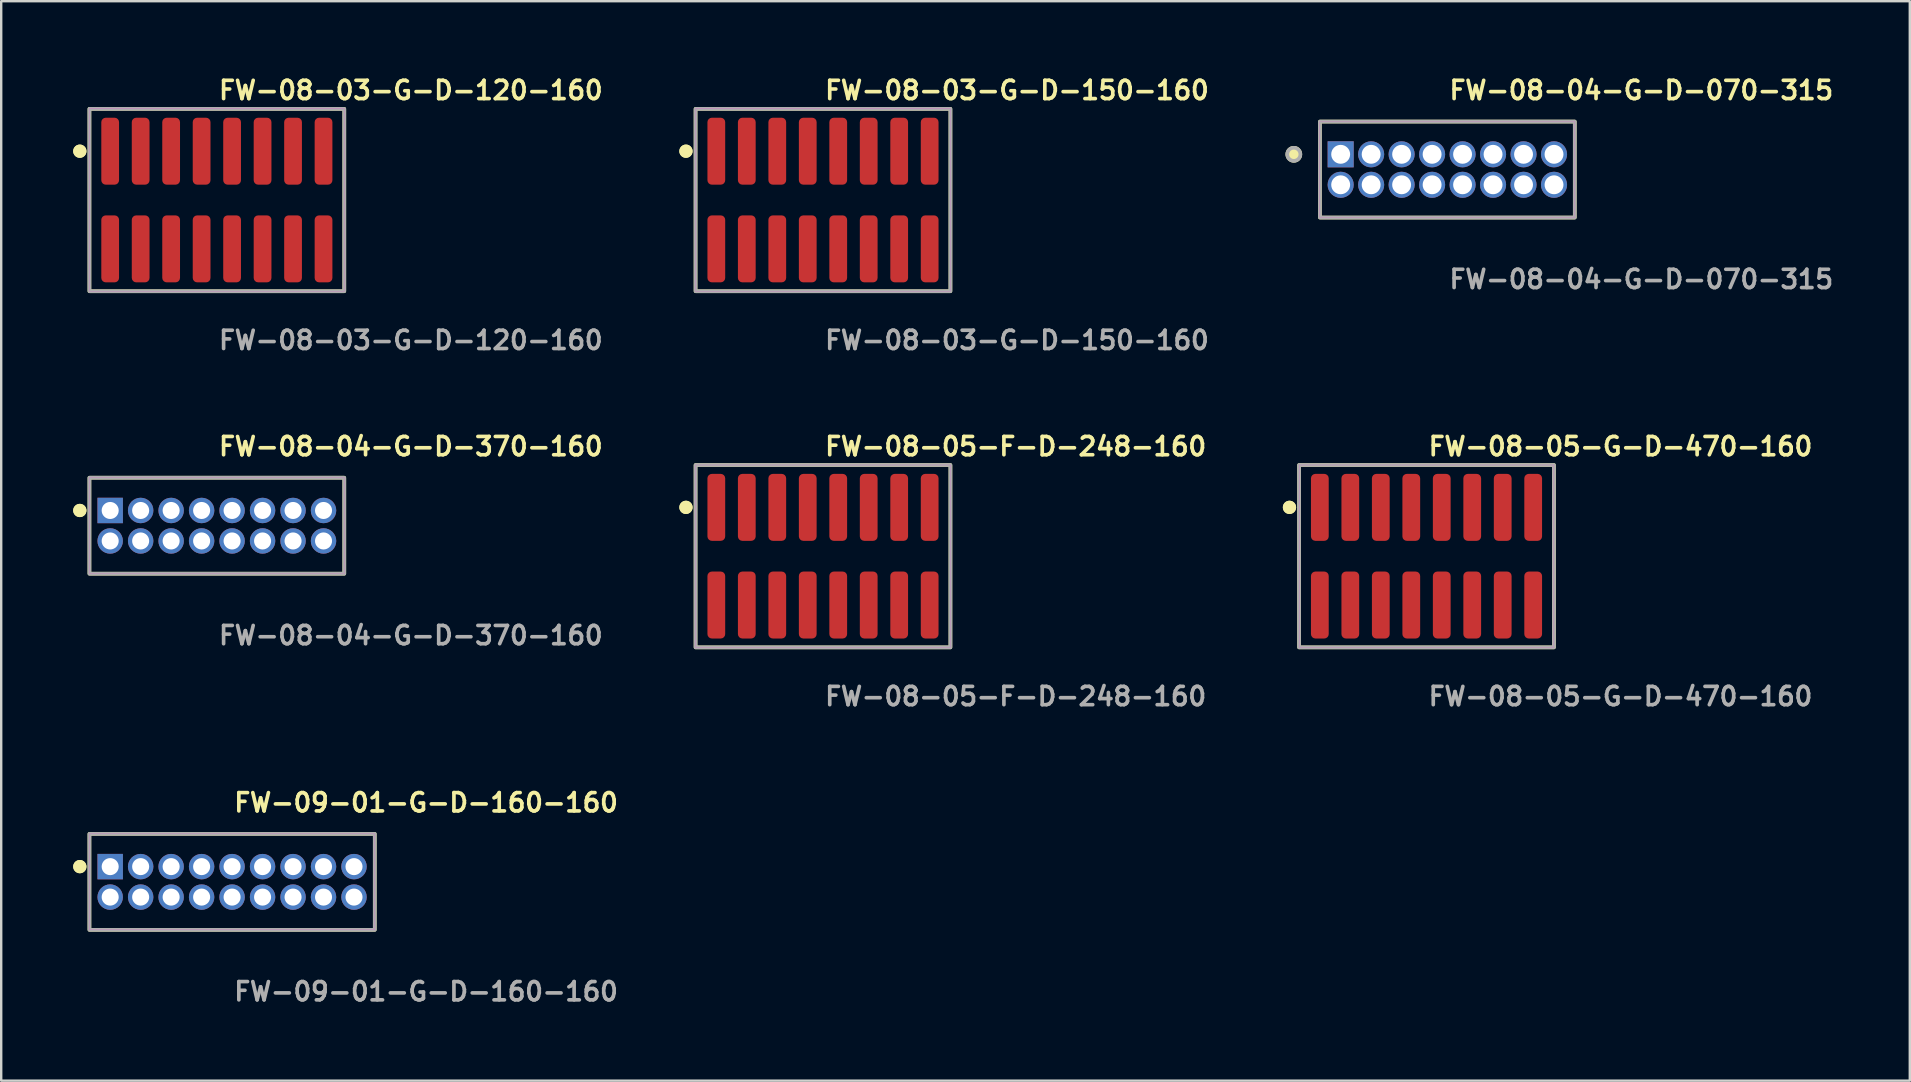
<source format=kicad_pcb>
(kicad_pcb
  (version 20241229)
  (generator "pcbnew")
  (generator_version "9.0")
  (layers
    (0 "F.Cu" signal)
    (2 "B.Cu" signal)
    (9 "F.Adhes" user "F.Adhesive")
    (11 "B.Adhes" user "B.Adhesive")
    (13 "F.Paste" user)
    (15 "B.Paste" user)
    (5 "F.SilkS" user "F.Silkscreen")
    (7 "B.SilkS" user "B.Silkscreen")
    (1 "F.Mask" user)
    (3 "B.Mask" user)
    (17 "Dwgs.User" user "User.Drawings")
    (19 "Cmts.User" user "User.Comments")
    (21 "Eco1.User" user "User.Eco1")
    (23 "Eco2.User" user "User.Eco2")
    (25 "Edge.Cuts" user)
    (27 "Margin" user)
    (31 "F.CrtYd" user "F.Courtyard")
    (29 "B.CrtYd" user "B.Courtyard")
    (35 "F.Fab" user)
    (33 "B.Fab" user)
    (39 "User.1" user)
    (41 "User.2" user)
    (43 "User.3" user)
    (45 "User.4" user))
  (footprint "FW-08-05-F-D-248-160"
    (layer "F.Cu")
    (at 31.243 20.126)
    (property "Reference" "FW-08-05-F-D-248-160" (at 0 -4.572 0) (unlocked yes) (layer "F.SilkS") (effects (font (size 0.762 0.762) (thickness 0.152)) (justify left)))
    (fp_rect (start -5.31 3.8) (end 5.31 -3.8) (stroke (width 0.152) (type solid)) (fill no) (layer "F.SilkS"))
    (fp_circle (center -5.71 -2.035) (end -5.91 -2.035) (stroke (width 0.152) (type solid)) (fill yes) (layer "F.SilkS"))
    (fp_circle (center -5.71 -2.035) (end -5.91 -2.035) (stroke (width 0.152) (type solid)) (fill yes) (layer "F.SilkS"))
    (fp_rect (start -5.31 3.8) (end 5.31 -3.8) (stroke (width 0.006) (type solid)) (fill no) (layer "F.CrtYd"))
    (fp_rect (start -5.31 3.8) (end 5.31 -3.8) (stroke (width 0.152) (type solid)) (fill no) (layer "F.Fab"))
    (fp_text user "${REFERENCE}" (at 0 5.842 0) (unlocked yes) (layer "F.Fab") (effects (font (size 0.762 0.762) (thickness 0.152)) (justify left)))
    (pad "1" smd roundrect (at -4.445 -2.035) (size 0.74 2.79) (layers "F.Cu" "F.Paste") (roundrect_rratio 0.25))
    (pad "2" smd roundrect (at -4.445 2.035) (size 0.74 2.79) (layers "F.Cu" "F.Paste") (roundrect_rratio 0.25))
    (pad "3" smd roundrect (at -3.175 -2.035) (size 0.74 2.79) (layers "F.Cu" "F.Paste") (roundrect_rratio 0.25))
    (pad "4" smd roundrect (at -3.175 2.035) (size 0.74 2.79) (layers "F.Cu" "F.Paste") (roundrect_rratio 0.25))
    (pad "5" smd roundrect (at -1.905 -2.035) (size 0.74 2.79) (layers "F.Cu" "F.Paste") (roundrect_rratio 0.25))
    (pad "6" smd roundrect (at -1.905 2.035) (size 0.74 2.79) (layers "F.Cu" "F.Paste") (roundrect_rratio 0.25))
    (pad "7" smd roundrect (at -0.635 -2.035) (size 0.74 2.79) (layers "F.Cu" "F.Paste") (roundrect_rratio 0.25))
    (pad "8" smd roundrect (at -0.635 2.035) (size 0.74 2.79) (layers "F.Cu" "F.Paste") (roundrect_rratio 0.25))
    (pad "9" smd roundrect (at 0.635 -2.035) (size 0.74 2.79) (layers "F.Cu" "F.Paste") (roundrect_rratio 0.25))
    (pad "10" smd roundrect (at 0.635 2.035) (size 0.74 2.79) (layers "F.Cu" "F.Paste") (roundrect_rratio 0.25))
    (pad "11" smd roundrect (at 1.905 -2.035) (size 0.74 2.79) (layers "F.Cu" "F.Paste") (roundrect_rratio 0.25))
    (pad "12" smd roundrect (at 1.905 2.035) (size 0.74 2.79) (layers "F.Cu" "F.Paste") (roundrect_rratio 0.25))
    (pad "13" smd roundrect (at 3.175 -2.035) (size 0.74 2.79) (layers "F.Cu" "F.Paste") (roundrect_rratio 0.25))
    (pad "14" smd roundrect (at 3.175 2.035) (size 0.74 2.79) (layers "F.Cu" "F.Paste") (roundrect_rratio 0.25))
    (pad "15" smd roundrect (at 4.445 -2.035) (size 0.74 2.79) (layers "F.Cu" "F.Paste") (roundrect_rratio 0.25))
    (pad "16" smd roundrect (at 4.445 2.035) (size 0.74 2.79) (layers "F.Cu" "F.Paste") (roundrect_rratio 0.25)))
  (footprint "FW-09-01-G-D-160-160"
    (layer "F.Cu")
    (at 6.621 33.696)
    (property "Reference" "FW-09-01-G-D-160-160" (at 0 -3.302 0) (unlocked yes) (layer "F.SilkS") (effects (font (size 0.762 0.762) (thickness 0.152)) (justify left)))
    (fp_rect (start -5.945 2) (end 5.945 -2) (stroke (width 0.152) (type solid)) (fill no) (layer "F.SilkS"))
    (fp_circle (center -6.345 -0.635) (end -6.545 -0.635) (stroke (width 0.152) (type solid)) (fill yes) (layer "F.SilkS"))
    (fp_circle (center -6.345 -0.635) (end -6.545 -0.635) (stroke (width 0.152) (type solid)) (fill yes) (layer "F.SilkS"))
    (fp_rect (start -5.945 2) (end 5.945 -2) (stroke (width 0.006) (type solid)) (fill no) (layer "F.CrtYd"))
    (fp_rect (start -5.945 2) (end 5.945 -2) (stroke (width 0.152) (type solid)) (fill no) (layer "F.Fab"))
    (fp_text user "${REFERENCE}" (at 0 4.572 0) (unlocked yes) (layer "F.Fab") (effects (font (size 0.762 0.762) (thickness 0.152)) (justify left)))
    (pad "1" thru_hole rect (at -5.08 -0.635) (size 1.06 1.06) (drill 0.71) (layers "*.Cu" "*.Mask"))
    (pad "2" thru_hole circle (at -5.08 0.635) (size 1.06 1.06) (drill 0.71) (layers "*.Cu" "*.Mask"))
    (pad "3" thru_hole circle (at -3.81 -0.635) (size 1.06 1.06) (drill 0.71) (layers "*.Cu" "*.Mask"))
    (pad "4" thru_hole circle (at -3.81 0.635) (size 1.06 1.06) (drill 0.71) (layers "*.Cu" "*.Mask"))
    (pad "5" thru_hole circle (at -2.54 -0.635) (size 1.06 1.06) (drill 0.71) (layers "*.Cu" "*.Mask"))
    (pad "6" thru_hole circle (at -2.54 0.635) (size 1.06 1.06) (drill 0.71) (layers "*.Cu" "*.Mask"))
    (pad "7" thru_hole circle (at -1.27 -0.635) (size 1.06 1.06) (drill 0.71) (layers "*.Cu" "*.Mask"))
    (pad "8" thru_hole circle (at -1.27 0.635) (size 1.06 1.06) (drill 0.71) (layers "*.Cu" "*.Mask"))
    (pad "9" thru_hole circle (at 0 -0.635) (size 1.06 1.06) (drill 0.71) (layers "*.Cu" "*.Mask"))
    (pad "10" thru_hole circle (at 0 0.635) (size 1.06 1.06) (drill 0.71) (layers "*.Cu" "*.Mask"))
    (pad "11" thru_hole circle (at 1.27 -0.635) (size 1.06 1.06) (drill 0.71) (layers "*.Cu" "*.Mask"))
    (pad "12" thru_hole circle (at 1.27 0.635) (size 1.06 1.06) (drill 0.71) (layers "*.Cu" "*.Mask"))
    (pad "13" thru_hole circle (at 2.54 -0.635) (size 1.06 1.06) (drill 0.71) (layers "*.Cu" "*.Mask"))
    (pad "14" thru_hole circle (at 2.54 0.635) (size 1.06 1.06) (drill 0.71) (layers "*.Cu" "*.Mask"))
    (pad "15" thru_hole circle (at 3.81 -0.635) (size 1.06 1.06) (drill 0.71) (layers "*.Cu" "*.Mask"))
    (pad "16" thru_hole circle (at 3.81 0.635) (size 1.06 1.06) (drill 0.71) (layers "*.Cu" "*.Mask"))
    (pad "17" thru_hole circle (at 5.08 -0.635) (size 1.06 1.06) (drill 0.71) (layers "*.Cu" "*.Mask"))
    (pad "18" thru_hole circle (at 5.08 0.635) (size 1.06 1.06) (drill 0.71) (layers "*.Cu" "*.Mask")))
  (footprint "FW-08-04-G-D-370-160"
    (layer "F.Cu")
    (at 5.986 18.856)
    (property "Reference" "FW-08-04-G-D-370-160" (at 0 -3.302 0) (unlocked yes) (layer "F.SilkS") (effects (font (size 0.762 0.762) (thickness 0.152)) (justify left)))
    (fp_rect (start -5.31 2) (end 5.31 -2) (stroke (width 0.152) (type solid)) (fill no) (layer "F.SilkS"))
    (fp_circle (center -5.71 -0.635) (end -5.91 -0.635) (stroke (width 0.152) (type solid)) (fill yes) (layer "F.SilkS"))
    (fp_circle (center -5.71 -0.635) (end -5.91 -0.635) (stroke (width 0.152) (type solid)) (fill yes) (layer "F.SilkS"))
    (fp_rect (start -5.31 2) (end 5.31 -2) (stroke (width 0.006) (type solid)) (fill no) (layer "F.CrtYd"))
    (fp_rect (start -5.31 2) (end 5.31 -2) (stroke (width 0.152) (type solid)) (fill no) (layer "F.Fab"))
    (fp_text user "${REFERENCE}" (at 0 4.572 0) (unlocked yes) (layer "F.Fab") (effects (font (size 0.762 0.762) (thickness 0.152)) (justify left)))
    (pad "1" thru_hole rect (at -4.445 -0.635) (size 1.06 1.06) (drill 0.71) (layers "*.Cu" "*.Mask"))
    (pad "2" thru_hole circle (at -4.445 0.635) (size 1.06 1.06) (drill 0.71) (layers "*.Cu" "*.Mask"))
    (pad "3" thru_hole circle (at -3.175 -0.635) (size 1.06 1.06) (drill 0.71) (layers "*.Cu" "*.Mask"))
    (pad "4" thru_hole circle (at -3.175 0.635) (size 1.06 1.06) (drill 0.71) (layers "*.Cu" "*.Mask"))
    (pad "5" thru_hole circle (at -1.905 -0.635) (size 1.06 1.06) (drill 0.71) (layers "*.Cu" "*.Mask"))
    (pad "6" thru_hole circle (at -1.905 0.635) (size 1.06 1.06) (drill 0.71) (layers "*.Cu" "*.Mask"))
    (pad "7" thru_hole circle (at -0.635 -0.635) (size 1.06 1.06) (drill 0.71) (layers "*.Cu" "*.Mask"))
    (pad "8" thru_hole circle (at -0.635 0.635) (size 1.06 1.06) (drill 0.71) (layers "*.Cu" "*.Mask"))
    (pad "9" thru_hole circle (at 0.635 -0.635) (size 1.06 1.06) (drill 0.71) (layers "*.Cu" "*.Mask"))
    (pad "10" thru_hole circle (at 0.635 0.635) (size 1.06 1.06) (drill 0.71) (layers "*.Cu" "*.Mask"))
    (pad "11" thru_hole circle (at 1.905 -0.635) (size 1.06 1.06) (drill 0.71) (layers "*.Cu" "*.Mask"))
    (pad "12" thru_hole circle (at 1.905 0.635) (size 1.06 1.06) (drill 0.71) (layers "*.Cu" "*.Mask"))
    (pad "13" thru_hole circle (at 3.175 -0.635) (size 1.06 1.06) (drill 0.71) (layers "*.Cu" "*.Mask"))
    (pad "14" thru_hole circle (at 3.175 0.635) (size 1.06 1.06) (drill 0.71) (layers "*.Cu" "*.Mask"))
    (pad "15" thru_hole circle (at 4.445 -0.635) (size 1.06 1.06) (drill 0.71) (layers "*.Cu" "*.Mask"))
    (pad "16" thru_hole circle (at 4.445 0.635) (size 1.06 1.06) (drill 0.71) (layers "*.Cu" "*.Mask")))
  (footprint "FW-08-03-G-D-150-160"
    (layer "F.Cu")
    (at 31.243 5.285)
    (property "Reference" "FW-08-03-G-D-150-160" (at 0 -4.572 0) (unlocked yes) (layer "F.SilkS") (effects (font (size 0.762 0.762) (thickness 0.152)) (justify left)))
    (fp_rect (start -5.31 3.8) (end 5.31 -3.8) (stroke (width 0.152) (type solid)) (fill no) (layer "F.SilkS"))
    (fp_circle (center -5.71 -2.035) (end -5.91 -2.035) (stroke (width 0.152) (type solid)) (fill yes) (layer "F.SilkS"))
    (fp_circle (center -5.71 -2.035) (end -5.91 -2.035) (stroke (width 0.152) (type solid)) (fill yes) (layer "F.SilkS"))
    (fp_rect (start -5.31 3.8) (end 5.31 -3.8) (stroke (width 0.006) (type solid)) (fill no) (layer "F.CrtYd"))
    (fp_rect (start -5.31 3.8) (end 5.31 -3.8) (stroke (width 0.152) (type solid)) (fill no) (layer "F.Fab"))
    (fp_text user "${REFERENCE}" (at 0 5.842 0) (unlocked yes) (layer "F.Fab") (effects (font (size 0.762 0.762) (thickness 0.152)) (justify left)))
    (pad "1" smd roundrect (at -4.445 -2.035) (size 0.74 2.79) (layers "F.Cu" "F.Paste") (roundrect_rratio 0.25))
    (pad "2" smd roundrect (at -4.445 2.035) (size 0.74 2.79) (layers "F.Cu" "F.Paste") (roundrect_rratio 0.25))
    (pad "3" smd roundrect (at -3.175 -2.035) (size 0.74 2.79) (layers "F.Cu" "F.Paste") (roundrect_rratio 0.25))
    (pad "4" smd roundrect (at -3.175 2.035) (size 0.74 2.79) (layers "F.Cu" "F.Paste") (roundrect_rratio 0.25))
    (pad "5" smd roundrect (at -1.905 -2.035) (size 0.74 2.79) (layers "F.Cu" "F.Paste") (roundrect_rratio 0.25))
    (pad "6" smd roundrect (at -1.905 2.035) (size 0.74 2.79) (layers "F.Cu" "F.Paste") (roundrect_rratio 0.25))
    (pad "7" smd roundrect (at -0.635 -2.035) (size 0.74 2.79) (layers "F.Cu" "F.Paste") (roundrect_rratio 0.25))
    (pad "8" smd roundrect (at -0.635 2.035) (size 0.74 2.79) (layers "F.Cu" "F.Paste") (roundrect_rratio 0.25))
    (pad "9" smd roundrect (at 0.635 -2.035) (size 0.74 2.79) (layers "F.Cu" "F.Paste") (roundrect_rratio 0.25))
    (pad "10" smd roundrect (at 0.635 2.035) (size 0.74 2.79) (layers "F.Cu" "F.Paste") (roundrect_rratio 0.25))
    (pad "11" smd roundrect (at 1.905 -2.035) (size 0.74 2.79) (layers "F.Cu" "F.Paste") (roundrect_rratio 0.25))
    (pad "12" smd roundrect (at 1.905 2.035) (size 0.74 2.79) (layers "F.Cu" "F.Paste") (roundrect_rratio 0.25))
    (pad "13" smd roundrect (at 3.175 -2.035) (size 0.74 2.79) (layers "F.Cu" "F.Paste") (roundrect_rratio 0.25))
    (pad "14" smd roundrect (at 3.175 2.035) (size 0.74 2.79) (layers "F.Cu" "F.Paste") (roundrect_rratio 0.25))
    (pad "15" smd roundrect (at 4.445 -2.035) (size 0.74 2.79) (layers "F.Cu" "F.Paste") (roundrect_rratio 0.25))
    (pad "16" smd roundrect (at 4.445 2.035) (size 0.74 2.79) (layers "F.Cu" "F.Paste") (roundrect_rratio 0.25)))
  (footprint "FW-08-03-G-D-120-160"
    (layer "F.Cu")
    (at 5.986 5.285)
    (property "Reference" "FW-08-03-G-D-120-160" (at 0 -4.572 0) (unlocked yes) (layer "F.SilkS") (effects (font (size 0.762 0.762) (thickness 0.152)) (justify left)))
    (fp_rect (start -5.31 3.8) (end 5.31 -3.8) (stroke (width 0.152) (type solid)) (fill no) (layer "F.SilkS"))
    (fp_circle (center -5.71 -2.035) (end -5.91 -2.035) (stroke (width 0.152) (type solid)) (fill yes) (layer "F.SilkS"))
    (fp_circle (center -5.71 -2.035) (end -5.91 -2.035) (stroke (width 0.152) (type solid)) (fill yes) (layer "F.SilkS"))
    (fp_rect (start -5.31 3.8) (end 5.31 -3.8) (stroke (width 0.006) (type solid)) (fill no) (layer "F.CrtYd"))
    (fp_rect (start -5.31 3.8) (end 5.31 -3.8) (stroke (width 0.152) (type solid)) (fill no) (layer "F.Fab"))
    (fp_text user "${REFERENCE}" (at 0 5.842 0) (unlocked yes) (layer "F.Fab") (effects (font (size 0.762 0.762) (thickness 0.152)) (justify left)))
    (pad "1" smd roundrect (at -4.445 -2.035) (size 0.74 2.79) (layers "F.Cu" "F.Paste") (roundrect_rratio 0.25))
    (pad "2" smd roundrect (at -4.445 2.035) (size 0.74 2.79) (layers "F.Cu" "F.Paste") (roundrect_rratio 0.25))
    (pad "3" smd roundrect (at -3.175 -2.035) (size 0.74 2.79) (layers "F.Cu" "F.Paste") (roundrect_rratio 0.25))
    (pad "4" smd roundrect (at -3.175 2.035) (size 0.74 2.79) (layers "F.Cu" "F.Paste") (roundrect_rratio 0.25))
    (pad "5" smd roundrect (at -1.905 -2.035) (size 0.74 2.79) (layers "F.Cu" "F.Paste") (roundrect_rratio 0.25))
    (pad "6" smd roundrect (at -1.905 2.035) (size 0.74 2.79) (layers "F.Cu" "F.Paste") (roundrect_rratio 0.25))
    (pad "7" smd roundrect (at -0.635 -2.035) (size 0.74 2.79) (layers "F.Cu" "F.Paste") (roundrect_rratio 0.25))
    (pad "8" smd roundrect (at -0.635 2.035) (size 0.74 2.79) (layers "F.Cu" "F.Paste") (roundrect_rratio 0.25))
    (pad "9" smd roundrect (at 0.635 -2.035) (size 0.74 2.79) (layers "F.Cu" "F.Paste") (roundrect_rratio 0.25))
    (pad "10" smd roundrect (at 0.635 2.035) (size 0.74 2.79) (layers "F.Cu" "F.Paste") (roundrect_rratio 0.25))
    (pad "11" smd roundrect (at 1.905 -2.035) (size 0.74 2.79) (layers "F.Cu" "F.Paste") (roundrect_rratio 0.25))
    (pad "12" smd roundrect (at 1.905 2.035) (size 0.74 2.79) (layers "F.Cu" "F.Paste") (roundrect_rratio 0.25))
    (pad "13" smd roundrect (at 3.175 -2.035) (size 0.74 2.79) (layers "F.Cu" "F.Paste") (roundrect_rratio 0.25))
    (pad "14" smd roundrect (at 3.175 2.035) (size 0.74 2.79) (layers "F.Cu" "F.Paste") (roundrect_rratio 0.25))
    (pad "15" smd roundrect (at 4.445 -2.035) (size 0.74 2.79) (layers "F.Cu" "F.Paste") (roundrect_rratio 0.25))
    (pad "16" smd roundrect (at 4.445 2.035) (size 0.74 2.79) (layers "F.Cu" "F.Paste") (roundrect_rratio 0.25)))
  (footprint "FW-08-05-G-D-470-160"
    (layer "F.Cu")
    (at 56.391 20.126)
    (property "Reference" "FW-08-05-G-D-470-160" (at 0 -4.572 0) (unlocked yes) (layer "F.SilkS") (effects (font (size 0.762 0.762) (thickness 0.152)) (justify left)))
    (fp_rect (start -5.31 3.8) (end 5.31 -3.8) (stroke (width 0.152) (type solid)) (fill no) (layer "F.SilkS"))
    (fp_circle (center -5.71 -2.035) (end -5.91 -2.035) (stroke (width 0.152) (type solid)) (fill yes) (layer "F.SilkS"))
    (fp_circle (center -5.71 -2.035) (end -5.91 -2.035) (stroke (width 0.152) (type solid)) (fill yes) (layer "F.SilkS"))
    (fp_rect (start -5.31 3.8) (end 5.31 -3.8) (stroke (width 0.006) (type solid)) (fill no) (layer "F.CrtYd"))
    (fp_rect (start -5.31 3.8) (end 5.31 -3.8) (stroke (width 0.152) (type solid)) (fill no) (layer "F.Fab"))
    (fp_text user "${REFERENCE}" (at 0 5.842 0) (unlocked yes) (layer "F.Fab") (effects (font (size 0.762 0.762) (thickness 0.152)) (justify left)))
    (pad "1" smd roundrect (at -4.445 -2.035) (size 0.74 2.79) (layers "F.Cu" "F.Paste") (roundrect_rratio 0.25))
    (pad "2" smd roundrect (at -4.445 2.035) (size 0.74 2.79) (layers "F.Cu" "F.Paste") (roundrect_rratio 0.25))
    (pad "3" smd roundrect (at -3.175 -2.035) (size 0.74 2.79) (layers "F.Cu" "F.Paste") (roundrect_rratio 0.25))
    (pad "4" smd roundrect (at -3.175 2.035) (size 0.74 2.79) (layers "F.Cu" "F.Paste") (roundrect_rratio 0.25))
    (pad "5" smd roundrect (at -1.905 -2.035) (size 0.74 2.79) (layers "F.Cu" "F.Paste") (roundrect_rratio 0.25))
    (pad "6" smd roundrect (at -1.905 2.035) (size 0.74 2.79) (layers "F.Cu" "F.Paste") (roundrect_rratio 0.25))
    (pad "7" smd roundrect (at -0.635 -2.035) (size 0.74 2.79) (layers "F.Cu" "F.Paste") (roundrect_rratio 0.25))
    (pad "8" smd roundrect (at -0.635 2.035) (size 0.74 2.79) (layers "F.Cu" "F.Paste") (roundrect_rratio 0.25))
    (pad "9" smd roundrect (at 0.635 -2.035) (size 0.74 2.79) (layers "F.Cu" "F.Paste") (roundrect_rratio 0.25))
    (pad "10" smd roundrect (at 0.635 2.035) (size 0.74 2.79) (layers "F.Cu" "F.Paste") (roundrect_rratio 0.25))
    (pad "11" smd roundrect (at 1.905 -2.035) (size 0.74 2.79) (layers "F.Cu" "F.Paste") (roundrect_rratio 0.25))
    (pad "12" smd roundrect (at 1.905 2.035) (size 0.74 2.79) (layers "F.Cu" "F.Paste") (roundrect_rratio 0.25))
    (pad "13" smd roundrect (at 3.175 -2.035) (size 0.74 2.79) (layers "F.Cu" "F.Paste") (roundrect_rratio 0.25))
    (pad "14" smd roundrect (at 3.175 2.035) (size 0.74 2.79) (layers "F.Cu" "F.Paste") (roundrect_rratio 0.25))
    (pad "15" smd roundrect (at 4.445 -2.035) (size 0.74 2.79) (layers "F.Cu" "F.Paste") (roundrect_rratio 0.25))
    (pad "16" smd roundrect (at 4.445 2.035) (size 0.74 2.79) (layers "F.Cu" "F.Paste") (roundrect_rratio 0.25)))
  (footprint "FW-08-04-G-D-070-315"
    (layer "F.Cu")
    (at 57.259 4.015)
    (property "Reference" "FW-08-04-G-D-070-315" (at 0 -3.302 0) (unlocked yes) (layer "F.SilkS") (effects (font (size 0.762 0.762) (thickness 0.152)) (justify left)))
    (fp_rect (start -5.31 2) (end 5.31 -2) (stroke (width 0.152) (type solid)) (fill no) (layer "F.SilkS"))
    (fp_circle (center -6.397 -0.635) (end -6.669 -0.635) (stroke (width 0.152) (type solid)) (fill yes) (layer "F.SilkS"))
    (fp_rect (start -5.31 2) (end 5.31 -2) (stroke (width 0.006) (type solid)) (fill no) (layer "F.CrtYd"))
    (fp_rect (start -5.31 2) (end 5.31 -2) (stroke (width 0.152) (type solid)) (fill no) (layer "F.Fab"))
    (fp_circle (center -6.397 -0.635) (end -6.669 -0.635) (stroke (width 0.152) (type solid)) (fill no) (layer "F.Fab"))
    (fp_text user "${REFERENCE}" (at 0 4.572 0) (unlocked yes) (layer "F.Fab") (effects (font (size 0.762 0.762) (thickness 0.152)) (justify left)))
    (pad "1" thru_hole rect (at -4.445 -0.635) (size 1.087 1.087) (drill 0.787) (layers "*.Cu" "*.Mask"))
    (pad "2" thru_hole circle (at -4.445 0.635) (size 1.087 1.087) (drill 0.787) (layers "*.Cu" "*.Mask"))
    (pad "3" thru_hole circle (at -3.175 -0.635) (size 1.087 1.087) (drill 0.787) (layers "*.Cu" "*.Mask"))
    (pad "4" thru_hole circle (at -3.175 0.635) (size 1.087 1.087) (drill 0.787) (layers "*.Cu" "*.Mask"))
    (pad "5" thru_hole circle (at -1.905 -0.635) (size 1.087 1.087) (drill 0.787) (layers "*.Cu" "*.Mask"))
    (pad "6" thru_hole circle (at -1.905 0.635) (size 1.087 1.087) (drill 0.787) (layers "*.Cu" "*.Mask"))
    (pad "7" thru_hole circle (at -0.635 -0.635) (size 1.087 1.087) (drill 0.787) (layers "*.Cu" "*.Mask"))
    (pad "8" thru_hole circle (at -0.635 0.635) (size 1.087 1.087) (drill 0.787) (layers "*.Cu" "*.Mask"))
    (pad "9" thru_hole circle (at 0.635 -0.635) (size 1.087 1.087) (drill 0.787) (layers "*.Cu" "*.Mask"))
    (pad "10" thru_hole circle (at 0.635 0.635) (size 1.087 1.087) (drill 0.787) (layers "*.Cu" "*.Mask"))
    (pad "11" thru_hole circle (at 1.905 -0.635) (size 1.087 1.087) (drill 0.787) (layers "*.Cu" "*.Mask"))
    (pad "12" thru_hole circle (at 1.905 0.635) (size 1.087 1.087) (drill 0.787) (layers "*.Cu" "*.Mask"))
    (pad "13" thru_hole circle (at 3.175 -0.635) (size 1.087 1.087) (drill 0.787) (layers "*.Cu" "*.Mask"))
    (pad "14" thru_hole circle (at 3.175 0.635) (size 1.087 1.087) (drill 0.787) (layers "*.Cu" "*.Mask"))
    (pad "15" thru_hole circle (at 4.445 -0.635) (size 1.087 1.087) (drill 0.787) (layers "*.Cu" "*.Mask"))
    (pad "16" thru_hole circle (at 4.445 0.635) (size 1.087 1.087) (drill 0.787) (layers "*.Cu" "*.Mask")))
  (gr_rect
    (start -3 -3)
    (end 76.529 41.981)
    (stroke (width 0.1) (type default))
    (fill no)
    (layer "Edge.Cuts")))
</source>
